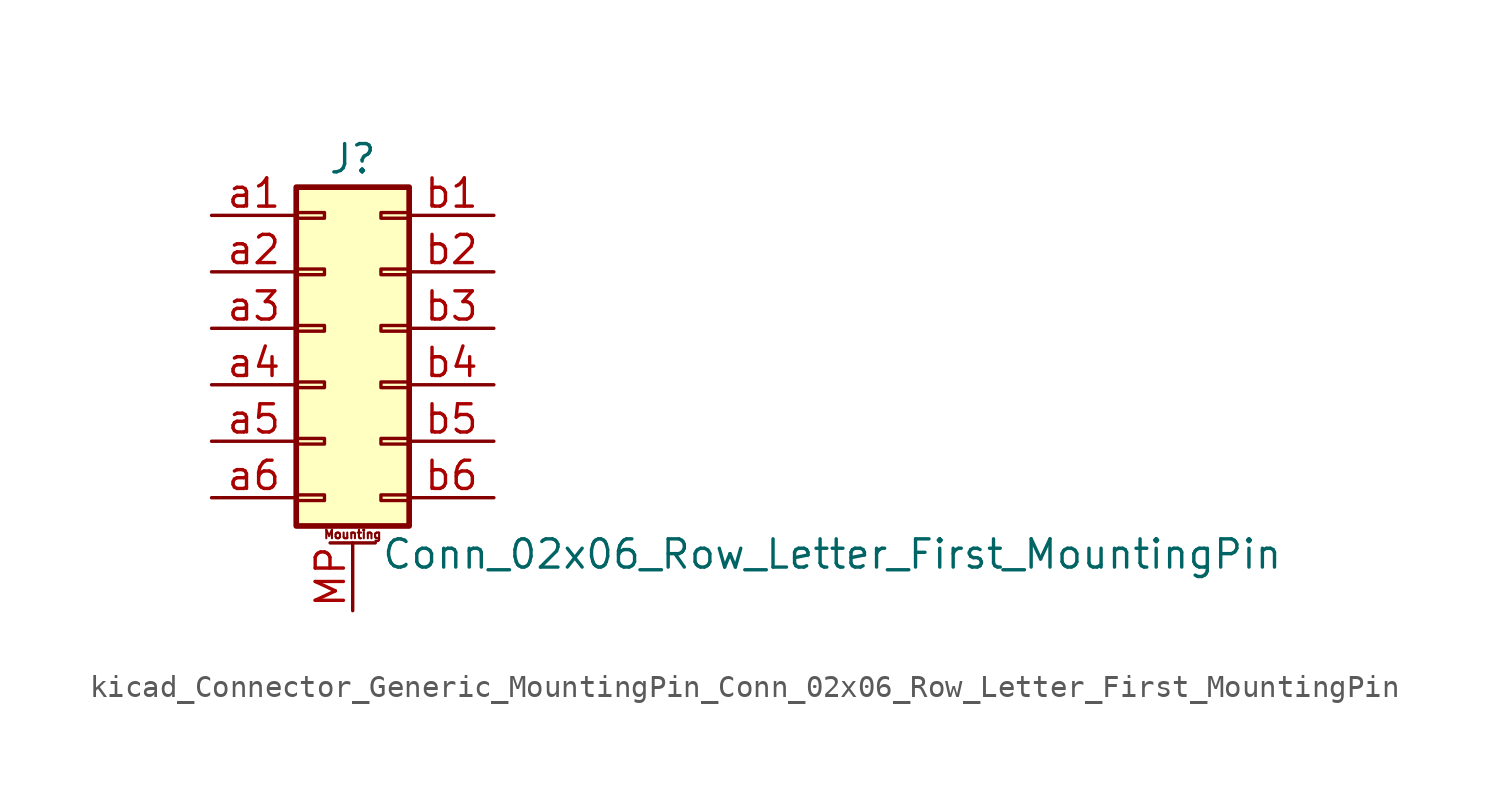
<source format=kicad_sym>
(kicad_symbol_lib
  (version 20220914)
  (generator kicad_symbol_editor)
  (symbol "kicad_Connector_Generic_MountingPin_Conn_02x06_Row_Letter_First_MountingPin"
    (pin_names
      (offset 1.016) hide)
    (property "Reference" "J"
      (at 1.27 7.62 0)
      (effects (font (size 1.27 1.27))))
    (property "Value" "Conn_02x06_Row_Letter_First_MountingPin"
      (at 2.54 -10.16 0)
      (effects (font (size 1.27 1.27)) (justify left)))
    (symbol "kicad_Connector_Generic_MountingPin_Conn_02x06_Row_Letter_First_MountingPin_1_1"
      (rectangle (start -1.27 -7.493) (end 0 -7.747) (stroke (width 0.152) (type default)) (fill (type none)))
      (rectangle (start -1.27 -4.953) (end 0 -5.207) (stroke (width 0.152) (type default)) (fill (type none)))
      (rectangle (start -1.27 -2.413) (end 0 -2.667) (stroke (width 0.152) (type default)) (fill (type none)))
      (rectangle (start -1.27 0.127) (end 0 -0.127) (stroke (width 0.152) (type default)) (fill (type none)))
      (rectangle (start -1.27 2.667) (end 0 2.413) (stroke (width 0.152) (type default)) (fill (type none)))
      (rectangle (start -1.27 5.207) (end 0 4.953) (stroke (width 0.152) (type default)) (fill (type none)))
      (rectangle (start -1.27 6.35) (end 3.81 -8.89) (stroke (width 0.254) (type default)) (fill (type background)))
      (polyline (pts (xy 0.254 -9.652) (xy 2.286 -9.652)) (stroke (width 0.152) (type default)) (fill (type none)))
      (rectangle (start 3.81 -7.493) (end 2.54 -7.747) (stroke (width 0.152) (type default)) (fill (type none)))
      (rectangle (start 3.81 -4.953) (end 2.54 -5.207) (stroke (width 0.152) (type default)) (fill (type none)))
      (rectangle (start 3.81 -2.413) (end 2.54 -2.667) (stroke (width 0.152) (type default)) (fill (type none)))
      (rectangle (start 3.81 0.127) (end 2.54 -0.127) (stroke (width 0.152) (type default)) (fill (type none)))
      (rectangle (start 3.81 2.667) (end 2.54 2.413) (stroke (width 0.152) (type default)) (fill (type none)))
      (rectangle (start 3.81 5.207) (end 2.54 4.953) (stroke (width 0.152) (type default)) (fill (type none)))
      (text "Mounting" (at 1.27 -9.271 0) (effects (font (size 0.381 0.381))))
      (pin passive line (at 1.27 -12.7 90) (length 3.048) (name "MountPin" (effects (font (size 1.27 1.27)))) (number "MP" (effects (font (size 1.27 1.27)))))
      (pin passive line (at -5.08 5.08 0) (length 3.81) (name "Pin_a1" (effects (font (size 1.27 1.27)))) (number "a1" (effects (font (size 1.27 1.27)))))
      (pin passive line (at -5.08 2.54 0) (length 3.81) (name "Pin_a2" (effects (font (size 1.27 1.27)))) (number "a2" (effects (font (size 1.27 1.27)))))
      (pin passive line (at -5.08 0 0) (length 3.81) (name "Pin_a3" (effects (font (size 1.27 1.27)))) (number "a3" (effects (font (size 1.27 1.27)))))
      (pin passive line (at -5.08 -2.54 0) (length 3.81) (name "Pin_a4" (effects (font (size 1.27 1.27)))) (number "a4" (effects (font (size 1.27 1.27)))))
      (pin passive line (at -5.08 -5.08 0) (length 3.81) (name "Pin_a5" (effects (font (size 1.27 1.27)))) (number "a5" (effects (font (size 1.27 1.27)))))
      (pin passive line (at -5.08 -7.62 0) (length 3.81) (name "Pin_a6" (effects (font (size 1.27 1.27)))) (number "a6" (effects (font (size 1.27 1.27)))))
      (pin passive line (at 7.62 5.08 180) (length 3.81) (name "Pin_b1" (effects (font (size 1.27 1.27)))) (number "b1" (effects (font (size 1.27 1.27)))))
      (pin passive line (at 7.62 2.54 180) (length 3.81) (name "Pin_b2" (effects (font (size 1.27 1.27)))) (number "b2" (effects (font (size 1.27 1.27)))))
      (pin passive line (at 7.62 0 180) (length 3.81) (name "Pin_b3" (effects (font (size 1.27 1.27)))) (number "b3" (effects (font (size 1.27 1.27)))))
      (pin passive line (at 7.62 -2.54 180) (length 3.81) (name "Pin_b4" (effects (font (size 1.27 1.27)))) (number "b4" (effects (font (size 1.27 1.27)))))
      (pin passive line (at 7.62 -5.08 180) (length 3.81) (name "Pin_b5" (effects (font (size 1.27 1.27)))) (number "b5" (effects (font (size 1.27 1.27)))))
      (pin passive line (at 7.62 -7.62 180) (length 3.81) (name "Pin_b6" (effects (font (size 1.27 1.27)))) (number "b6" (effects (font (size 1.27 1.27))))))))
</source>
